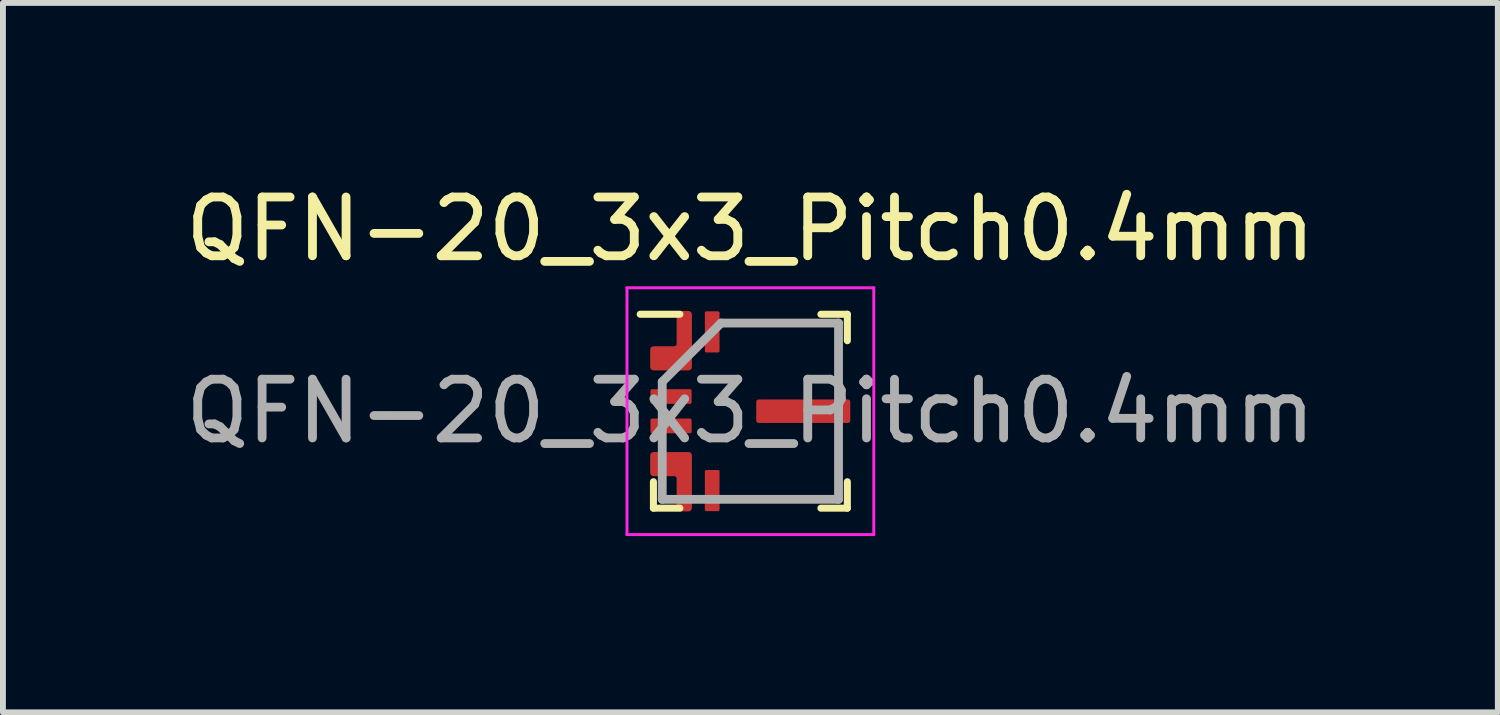
<source format=kicad_pcb>
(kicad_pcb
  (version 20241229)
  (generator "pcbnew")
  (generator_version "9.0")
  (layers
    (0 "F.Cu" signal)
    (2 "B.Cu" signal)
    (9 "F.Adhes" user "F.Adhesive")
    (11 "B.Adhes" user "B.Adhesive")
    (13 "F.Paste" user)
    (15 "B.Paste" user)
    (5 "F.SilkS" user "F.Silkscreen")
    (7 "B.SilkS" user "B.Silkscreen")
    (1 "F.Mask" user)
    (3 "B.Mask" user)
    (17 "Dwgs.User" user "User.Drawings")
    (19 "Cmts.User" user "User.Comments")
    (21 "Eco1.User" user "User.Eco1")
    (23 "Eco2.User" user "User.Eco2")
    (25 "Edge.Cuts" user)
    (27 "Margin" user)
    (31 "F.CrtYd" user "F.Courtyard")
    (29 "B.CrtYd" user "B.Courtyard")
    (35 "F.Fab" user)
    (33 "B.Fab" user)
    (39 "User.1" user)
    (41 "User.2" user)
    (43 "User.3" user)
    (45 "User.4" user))
  (footprint "QFN-20_3x3_Pitch0.4mm"
    (layer "F.Cu")
    (at 9.72 3.948)
    (property "Reference" "QFN-20_3x3_Pitch0.4mm" (at 0 -3.1 0) (layer "F.SilkS") (effects (font (size 1 1) (thickness 0.15))))
    (attr smd)
    (fp_line (start -1.65 1.65) (end -1.65 1.2) (stroke (width 0.12) (type default)) (layer "F.SilkS"))
    (fp_line (start -1.2 -1.65) (end -1.875 -1.65) (stroke (width 0.12) (type default)) (layer "F.SilkS"))
    (fp_line (start -1.2 1.65) (end -1.65 1.65) (stroke (width 0.12) (type default)) (layer "F.SilkS"))
    (fp_line (start 1.2 -1.65) (end 1.65 -1.65) (stroke (width 0.12) (type default)) (layer "F.SilkS"))
    (fp_line (start 1.2 1.65) (end 1.65 1.65) (stroke (width 0.12) (type default)) (layer "F.SilkS"))
    (fp_line (start 1.65 -1.65) (end 1.65 -1.2) (stroke (width 0.12) (type default)) (layer "F.SilkS"))
    (fp_line (start 1.65 1.65) (end 1.65 1.2) (stroke (width 0.12) (type default)) (layer "F.SilkS"))
    (fp_line (start -2.1 -2.1) (end 2.1 -2.1) (stroke (width 0.05) (type default)) (layer "F.CrtYd"))
    (fp_line (start -2.1 2.1) (end -2.1 -2.1) (stroke (width 0.05) (type default)) (layer "F.CrtYd"))
    (fp_line (start 2.1 -2.1) (end 2.1 2.1) (stroke (width 0.05) (type default)) (layer "F.CrtYd"))
    (fp_line (start 2.1 2.1) (end -2.1 2.1) (stroke (width 0.05) (type default)) (layer "F.CrtYd"))
    (fp_line (start -1.5 -0.5) (end -1.5 1.5) (stroke (width 0.15) (type default)) (layer "F.Fab"))
    (fp_line (start -1.5 1.5) (end 1.5 1.5) (stroke (width 0.15) (type default)) (layer "F.Fab"))
    (fp_line (start -0.5 -1.5) (end -1.5 -0.5) (stroke (width 0.15) (type default)) (layer "F.Fab"))
    (fp_line (start 1.5 -1.5) (end -0.5 -1.5) (stroke (width 0.15) (type default)) (layer "F.Fab"))
    (fp_line (start 1.5 1.5) (end 1.5 -1.5) (stroke (width 0.15) (type default)) (layer "F.Fab"))
    (fp_text user "${REFERENCE}" (at 0 0 0) (layer "F.Fab") (effects (font (size 1 1) (thickness 0.15))))
    (pad "1" smd custom (at -1.15 -0.9) (size 0.2 0.2) (layers "F.Cu" "F.Mask") (options (anchor circle)) (primitives (gr_poly (pts (arc (start -0.55 0.15) (mid -0.535355 0.185355) (end -0.5 0.2)) (arc (start 0.1 0.2) (mid 0.135355 0.185355) (end 0.15 0.15)) (arc (start 0.15 -0.75) (mid 0.135355 -0.785355) (end 0.1 -0.8)) (arc (start -0.05 -0.8) (mid -0.085355 -0.785355) (end -0.1 -0.75)) (arc (start -0.1 -0.25) (mid -0.114645 -0.214645) (end -0.15 -0.2)) (arc (start -0.5 -0.2) (mid -0.535355 -0.185355) (end -0.55 -0.15))) (width 0) (fill yes)) (gr_line (start -0.05 -0.8) (end 0.1 -0.8) (width 0.01)) (gr_line (start -0.1 -0.25) (end -0.1 -0.75) (width 0.01)) (gr_line (start -0.5 -0.2) (end -0.15 -0.2) (width 0.01)) (gr_line (start 0.15 -0.75) (end 0.15 0.15) (width 0.01)) (gr_line (start -0.55 0.15) (end -0.55 -0.15) (width 0.01)) (gr_line (start 0.1 0.2) (end -0.5 0.2) (width 0.01)) (gr_arc (start -0.1 -0.75) (mid -0.085355 -0.785355) (end -0.05 -0.8) (width 0.01)) (gr_arc (start -0.1 -0.25) (mid -0.114645 -0.214645) (end -0.15 -0.2) (width 0.01)) (gr_arc (start 0.1 -0.8) (mid 0.135355 -0.785355) (end 0.15 -0.75) (width 0.01)) (gr_arc (start -0.55 -0.15) (mid -0.535355 -0.185355) (end -0.5 -0.2) (width 0.01)) (gr_arc (start 0.15 0.15) (mid 0.135355 0.185355) (end 0.1 0.2) (width 0.01)) (gr_arc (start -0.5 0.2) (mid -0.535355 0.185355) (end -0.55 0.15) (width 0.01))))
    (pad "2" smd roundrect (at -1.35 -0.25 90) (size 0.25 0.7) (layers "F.Cu" "F.Mask" "F.Paste") (roundrect_rratio 0.1))
    (pad "3" smd roundrect (at -1.35 0.25 90) (size 0.25 0.7) (layers "F.Cu" "F.Mask" "F.Paste") (roundrect_rratio 0.1))
    (pad "4" smd custom (at -1.15 0.9 180) (size 0.2 0.2) (layers "F.Cu" "F.Mask") (options (anchor circle)) (primitives (gr_poly (pts (arc (start 0.55 0.15) (mid 0.535355 0.185355) (end 0.5 0.2)) (arc (start -0.1 0.2) (mid -0.135355 0.185355) (end -0.15 0.15)) (arc (start -0.15 -0.75) (mid -0.135355 -0.785355) (end -0.1 -0.8)) (arc (start 0.05 -0.8) (mid 0.085355 -0.785355) (end 0.1 -0.75)) (arc (start 0.1 -0.25) (mid 0.114645 -0.214645) (end 0.15 -0.2)) (arc (start 0.5 -0.2) (mid 0.535355 -0.185355) (end 0.55 -0.15))) (width 0) (fill yes)) (gr_line (start -0.1 -0.8) (end 0.05 -0.8) (width 0.01)) (gr_line (start 0.1 -0.75) (end 0.1 -0.25) (width 0.01)) (gr_line (start 0.15 -0.2) (end 0.5 -0.2) (width 0.01)) (gr_line (start -0.15 0.15) (end -0.15 -0.75) (width 0.01)) (gr_line (start 0.55 -0.15) (end 0.55 0.15) (width 0.01)) (gr_line (start 0.5 0.2) (end -0.1 0.2) (width 0.01)) (gr_arc (start 0.05 -0.8) (mid 0.085355 -0.785355) (end 0.1 -0.75) (width 0.01)) (gr_arc (start 0.15 -0.2) (mid 0.114645 -0.214645) (end 0.1 -0.25) (width 0.01)) (gr_arc (start -0.15 -0.75) (mid -0.135355 -0.785355) (end -0.1 -0.8) (width 0.01)) (gr_arc (start 0.5 -0.2) (mid 0.535355 -0.185355) (end 0.55 -0.15) (width 0.01)) (gr_arc (start -0.1 0.2) (mid -0.135355 0.185355) (end -0.15 0.15) (width 0.01)) (gr_arc (start 0.55 0.15) (mid 0.535355 0.185355) (end 0.5 0.2) (width 0.01))))
    (pad "5" smd roundrect (at -0.65 1.35) (size 0.25 0.7) (layers "F.Cu" "F.Mask" "F.Paste") (roundrect_rratio 0.1))
    (pad "7" smd roundrect (at 0.9 0) (size 1.6 0.4) (layers "F.Cu" "F.Mask") (roundrect_rratio 0.1))
    (pad "9" smd roundrect (at -0.65 -1.35) (size 0.25 0.7) (layers "F.Cu" "F.Mask" "F.Paste") (roundrect_rratio 0.1)))
  (gr_rect
    (start -3 -3)
    (end 22.44 9.073)
    (stroke (width 0.1) (type default))
    (fill no)
    (layer "Edge.Cuts")))
</source>
